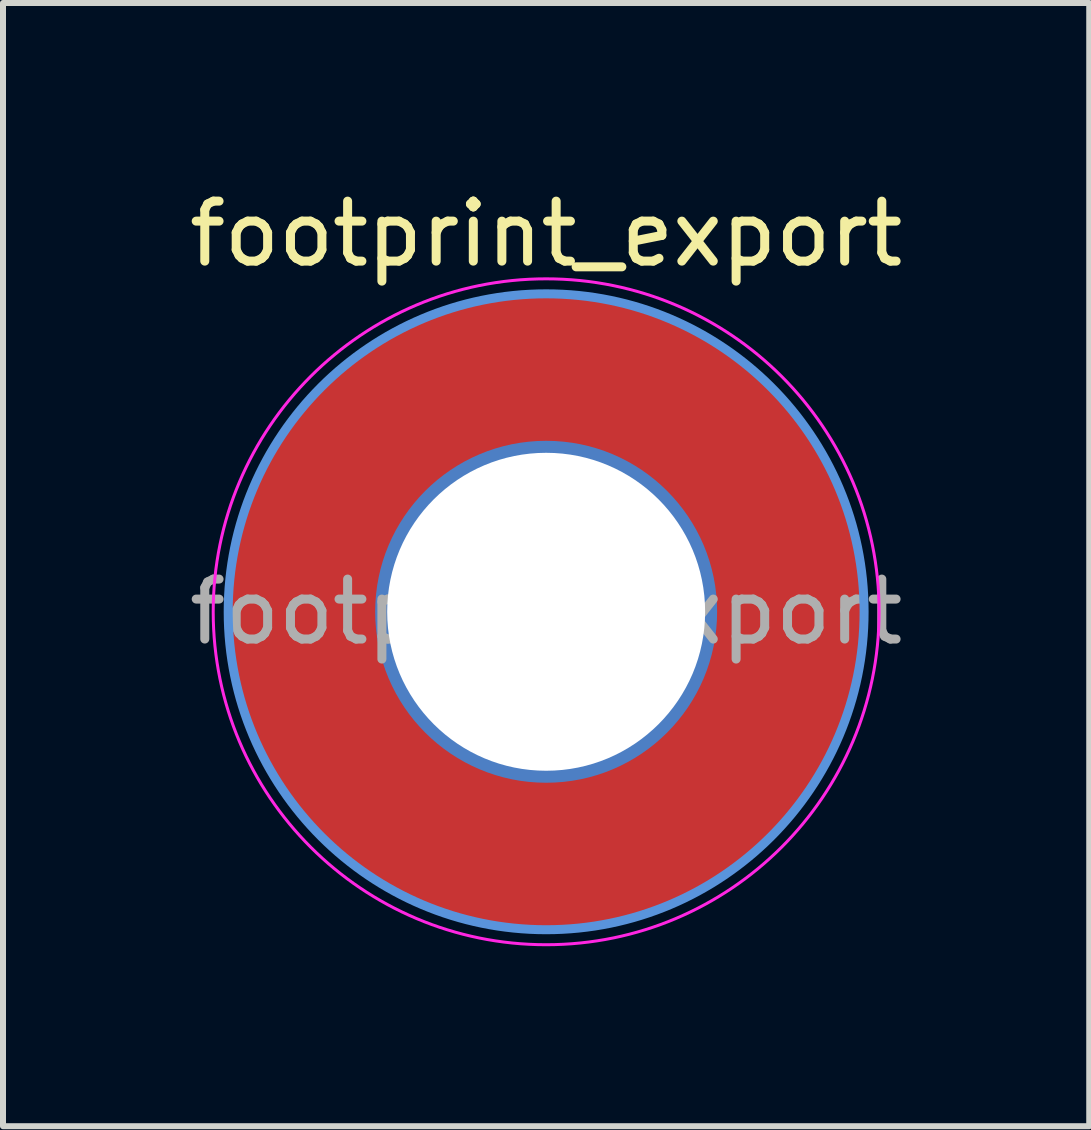
<source format=kicad_pcb>
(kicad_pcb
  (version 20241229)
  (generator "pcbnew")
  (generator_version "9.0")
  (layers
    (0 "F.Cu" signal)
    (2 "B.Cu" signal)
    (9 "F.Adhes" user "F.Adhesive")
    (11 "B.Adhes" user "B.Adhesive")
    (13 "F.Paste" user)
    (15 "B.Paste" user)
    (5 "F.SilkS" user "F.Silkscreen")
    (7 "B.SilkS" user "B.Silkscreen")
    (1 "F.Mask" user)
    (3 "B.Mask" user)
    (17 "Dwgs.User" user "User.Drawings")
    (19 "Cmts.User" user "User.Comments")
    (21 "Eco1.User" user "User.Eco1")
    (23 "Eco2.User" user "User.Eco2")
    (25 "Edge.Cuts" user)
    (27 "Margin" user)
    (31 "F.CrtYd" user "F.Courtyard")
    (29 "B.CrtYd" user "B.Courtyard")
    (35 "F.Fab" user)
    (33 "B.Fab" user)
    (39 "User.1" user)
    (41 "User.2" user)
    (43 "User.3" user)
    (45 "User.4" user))
  (footprint "footprint_export"
    (layer "F.Cu")
    (at 6.054 7.148)
    (property "Reference" "footprint_export" (at 0 -6.3 0) (layer "F.SilkS") (effects (font (size 1 1) (thickness 0.15))))
    (attr exclude_from_pos_files exclude_from_bom)
    (fp_circle (center 0 0) (end 5.3 0) (stroke (width 0.15) (type solid)) (fill no) (layer "Cmts.User"))
    (fp_circle (center 0 0) (end 5.55 0) (stroke (width 0.05) (type solid)) (fill no) (layer "F.CrtYd"))
    (fp_text user "${REFERENCE}" (at 0 0 0) (layer "F.Fab") (effects (font (size 1 1) (thickness 0.15))))
    (pad "1" thru_hole circle (at 0 0) (size 5.7 5.7) (drill 5.3) (layers "*.Cu" "*.Mask"))
    (pad "1" connect circle (at 0 0) (size 10.6 10.6) (layers "F.Cu" "F.Mask")))
  (gr_rect
    (start -3 -3)
    (end 15.107 15.723)
    (stroke (width 0.1) (type default))
    (fill no)
    (layer "Edge.Cuts")))
</source>
